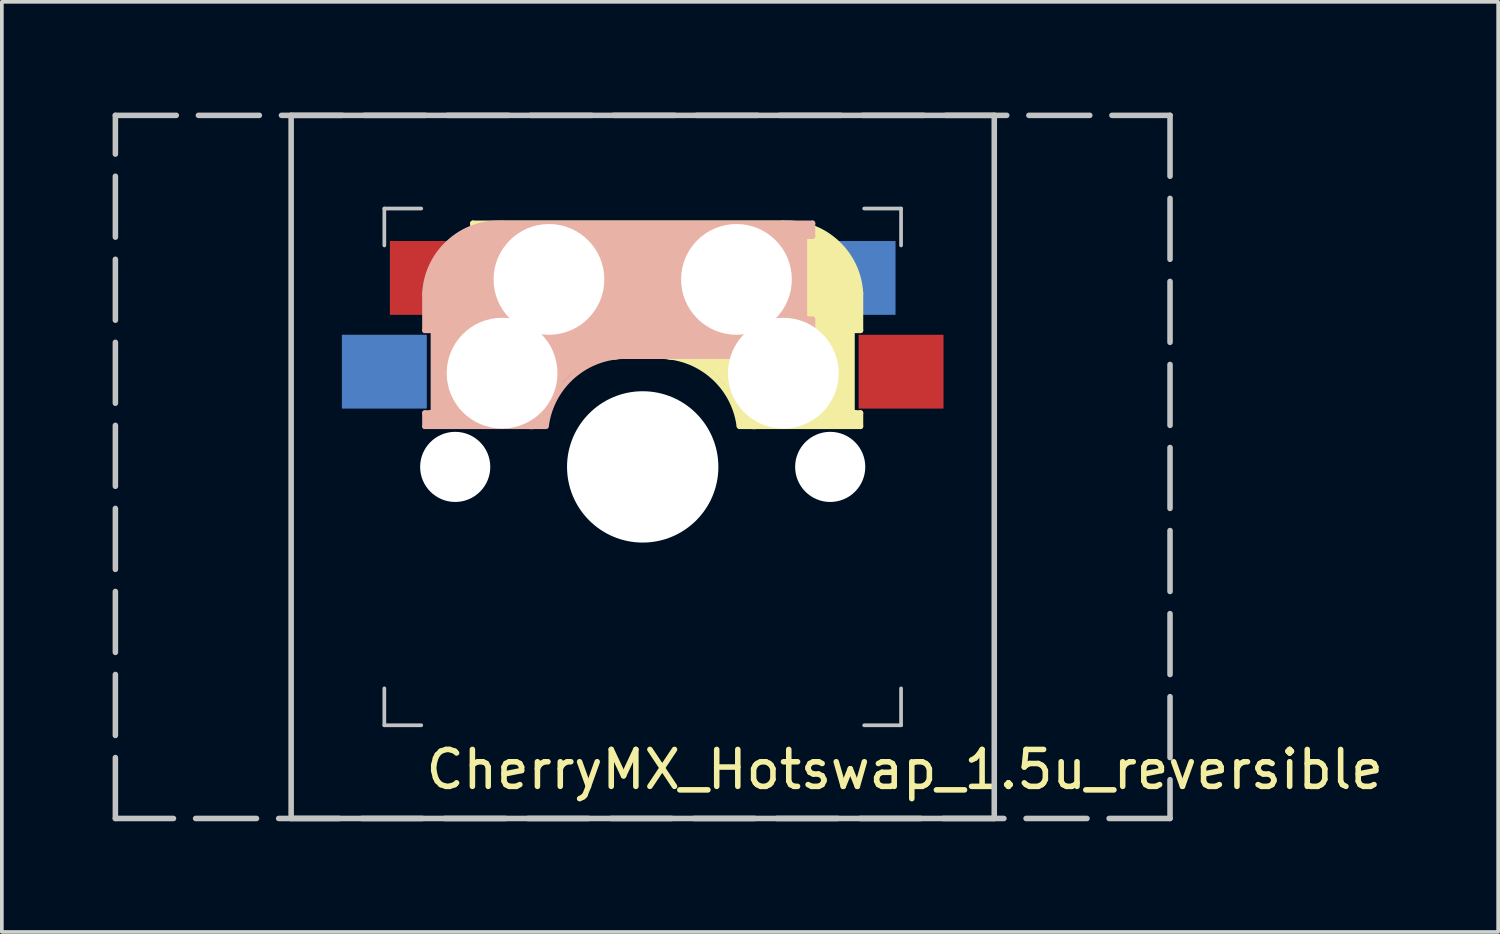
<source format=kicad_pcb>
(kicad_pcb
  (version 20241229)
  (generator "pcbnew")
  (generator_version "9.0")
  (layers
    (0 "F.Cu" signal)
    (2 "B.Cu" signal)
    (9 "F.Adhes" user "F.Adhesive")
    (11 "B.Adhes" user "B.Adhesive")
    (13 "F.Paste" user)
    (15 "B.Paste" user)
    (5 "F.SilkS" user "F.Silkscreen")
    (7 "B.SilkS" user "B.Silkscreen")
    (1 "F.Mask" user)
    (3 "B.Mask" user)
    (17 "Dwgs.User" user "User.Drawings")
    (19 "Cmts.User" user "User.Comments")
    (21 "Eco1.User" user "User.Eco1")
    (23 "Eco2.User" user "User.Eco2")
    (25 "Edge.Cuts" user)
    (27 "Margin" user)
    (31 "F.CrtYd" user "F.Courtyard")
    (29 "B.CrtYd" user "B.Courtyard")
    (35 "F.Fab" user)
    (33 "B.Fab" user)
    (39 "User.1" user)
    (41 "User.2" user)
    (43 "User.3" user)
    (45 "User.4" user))
  (footprint "CherryMX_Hotswap_1.5u_reversible"
    (layer "F.Cu")
    (at 14.363 9.6)
    (property "Reference" "CherryMX_Hotswap_1.5u_reversible" (at 7.1 8.2 0) (layer "F.SilkS") (effects (font (size 1 1) (thickness 0.15))))
    (attr through_hole)
    (fp_line (start -4.6 -6.6) (end 3.8 -6.6) (stroke (width 0.15) (type solid)) (layer "F.SilkS"))
    (fp_line (start -4.6 -6.25) (end -4.6 -6.6) (stroke (width 0.15) (type solid)) (layer "F.SilkS"))
    (fp_line (start -4.6 -4) (end -4.4 -4) (stroke (width 0.15) (type solid)) (layer "F.SilkS"))
    (fp_line (start -4.6 -3) (end -4.6 -4) (stroke (width 0.15) (type solid)) (layer "F.SilkS"))
    (fp_line (start -4.4 -6.4) (end -3 -6.4) (stroke (width 0.4) (type solid)) (layer "F.SilkS"))
    (fp_line (start -4.4 -6.25) (end -4.6 -6.25) (stroke (width 0.15) (type solid)) (layer "F.SilkS"))
    (fp_line (start -4.4 -3.9) (end -4.4 -3.2) (stroke (width 0.4) (type solid)) (layer "F.SilkS"))
    (fp_line (start -4.38 -4) (end -4.38 -6.25) (stroke (width 0.15) (type solid)) (layer "F.SilkS"))
    (fp_line (start -4.3 -3.3) (end -2.9 -3.3) (stroke (width 0.5) (type solid)) (layer "F.SilkS"))
    (fp_line (start -3.9 -6) (end -3.9 -3.5) (stroke (width 1) (type solid)) (layer "F.SilkS"))
    (fp_line (start -2.6 -4.8) (end 4.1 -4.8) (stroke (width 3.5) (type solid)) (layer "F.SilkS"))
    (fp_line (start 0.4 -3) (end -4.6 -3) (stroke (width 0.15) (type solid)) (layer "F.SilkS"))
    (fp_line (start 4.17 -5.1) (end 4.17 -2.86) (stroke (width 3) (type solid)) (layer "F.SilkS"))
    (fp_line (start 5.3 -1.6) (end 5.3 -3.4) (stroke (width 0.8) (type solid)) (layer "F.SilkS"))
    (fp_line (start 5.67 -3.7) (end 5.67 -1.46) (stroke (width 0.15) (type solid)) (layer "F.SilkS"))
    (fp_line (start 5.7 -1.46) (end 5.9 -1.46) (stroke (width 0.15) (type solid)) (layer "F.SilkS"))
    (fp_line (start 5.7 -1.3) (end 3 -1.3) (stroke (width 0.5) (type solid)) (layer "F.SilkS"))
    (fp_line (start 5.8 -3.8) (end 5.8 -4.7) (stroke (width 0.3) (type solid)) (layer "F.SilkS"))
    (fp_line (start 5.9 -4.7) (end 5.9 -3.7) (stroke (width 0.15) (type solid)) (layer "F.SilkS"))
    (fp_line (start 5.9 -3.7) (end 5.7 -3.7) (stroke (width 0.15) (type solid)) (layer "F.SilkS"))
    (fp_line (start 5.9 -1.1) (end 2.62 -1.1) (stroke (width 0.15) (type solid)) (layer "F.SilkS"))
    (fp_line (start 5.9 -1.1) (end 5.9 -1.46) (stroke (width 0.15) (type solid)) (layer "F.SilkS"))
    (fp_arc (start 0.4 -3) (mid 1.868709 -2.486118) (end 2.616318 -1.121471) (stroke (width 0.15) (type solid)) (layer "F.SilkS"))
    (fp_arc (start 0.8 -3.4) (mid 2.268709 -2.886118) (end 3.016318 -1.521471) (stroke (width 1) (type solid)) (layer "F.SilkS"))
    (fp_arc (start 3.8 -6.600001) (mid 5.243504 -6.084925) (end 5.900001 -4.7) (stroke (width 0.15) (type solid)) (layer "F.SilkS"))
    (fp_line (start -5.9 -4.7) (end -5.9 -3.7) (stroke (width 0.15) (type solid)) (layer "B.SilkS"))
    (fp_line (start -5.9 -3.7) (end -5.7 -3.7) (stroke (width 0.15) (type solid)) (layer "B.SilkS"))
    (fp_line (start -5.9 -1.1) (end -5.9 -1.46) (stroke (width 0.15) (type solid)) (layer "B.SilkS"))
    (fp_line (start -5.9 -1.1) (end -2.62 -1.1) (stroke (width 0.15) (type solid)) (layer "B.SilkS"))
    (fp_line (start -5.8 -3.8) (end -5.8 -4.7) (stroke (width 0.3) (type solid)) (layer "B.SilkS"))
    (fp_line (start -5.7 -1.46) (end -5.9 -1.46) (stroke (width 0.15) (type solid)) (layer "B.SilkS"))
    (fp_line (start -5.7 -1.3) (end -3 -1.3) (stroke (width 0.5) (type solid)) (layer "B.SilkS"))
    (fp_line (start -5.67 -3.7) (end -5.67 -1.46) (stroke (width 0.15) (type solid)) (layer "B.SilkS"))
    (fp_line (start -5.3 -1.6) (end -5.3 -3.4) (stroke (width 0.8) (type solid)) (layer "B.SilkS"))
    (fp_line (start -4.17 -5.1) (end -4.17 -2.86) (stroke (width 3) (type solid)) (layer "B.SilkS"))
    (fp_line (start -0.4 -3) (end 4.6 -3) (stroke (width 0.15) (type solid)) (layer "B.SilkS"))
    (fp_line (start 2.6 -4.8) (end -4.1 -4.8) (stroke (width 3.5) (type solid)) (layer "B.SilkS"))
    (fp_line (start 3.9 -6) (end 3.9 -3.5) (stroke (width 1) (type solid)) (layer "B.SilkS"))
    (fp_line (start 4.3 -3.3) (end 2.9 -3.3) (stroke (width 0.5) (type solid)) (layer "B.SilkS"))
    (fp_line (start 4.38 -4) (end 4.38 -6.25) (stroke (width 0.15) (type solid)) (layer "B.SilkS"))
    (fp_line (start 4.4 -6.4) (end 3 -6.4) (stroke (width 0.4) (type solid)) (layer "B.SilkS"))
    (fp_line (start 4.4 -6.25) (end 4.6 -6.25) (stroke (width 0.15) (type solid)) (layer "B.SilkS"))
    (fp_line (start 4.4 -3.9) (end 4.4 -3.2) (stroke (width 0.4) (type solid)) (layer "B.SilkS"))
    (fp_line (start 4.6 -6.6) (end -3.8 -6.6) (stroke (width 0.15) (type solid)) (layer "B.SilkS"))
    (fp_line (start 4.6 -6.25) (end 4.6 -6.6) (stroke (width 0.15) (type solid)) (layer "B.SilkS"))
    (fp_line (start 4.6 -4) (end 4.4 -4) (stroke (width 0.15) (type solid)) (layer "B.SilkS"))
    (fp_line (start 4.6 -3) (end 4.6 -4) (stroke (width 0.15) (type solid)) (layer "B.SilkS"))
    (fp_arc (start -5.9 -4.699999) (mid -5.243504 -6.084924) (end -3.800001 -6.6) (stroke (width 0.15) (type solid)) (layer "B.SilkS"))
    (fp_arc (start -3.016318 -1.521471) (mid -2.268709 -2.886118) (end -0.8 -3.4) (stroke (width 1) (type solid)) (layer "B.SilkS"))
    (fp_arc (start -2.616318 -1.121471) (mid -1.868709 -2.486118) (end -0.4 -3) (stroke (width 0.15) (type solid)) (layer "B.SilkS"))
    (fp_line (start -9.525 -9.525) (end 9.525 -9.525) (stroke (width 0.15) (type solid)) (layer "Dwgs.User"))
    (fp_line (start -9.525 9.525) (end -9.525 -9.525) (stroke (width 0.15) (type solid)) (layer "Dwgs.User"))
    (fp_line (start -7 -7) (end -7 -6) (stroke (width 0.1) (type default)) (layer "Dwgs.User"))
    (fp_line (start -7 6) (end -7 7) (stroke (width 0.1) (type default)) (layer "Dwgs.User"))
    (fp_line (start -7 7) (end -6 7) (stroke (width 0.1) (type default)) (layer "Dwgs.User"))
    (fp_line (start -6 -7) (end -7 -7) (stroke (width 0.1) (type default)) (layer "Dwgs.User"))
    (fp_line (start 6 7) (end 7 7) (stroke (width 0.1) (type default)) (layer "Dwgs.User"))
    (fp_line (start 7 -7) (end 6 -7) (stroke (width 0.1) (type default)) (layer "Dwgs.User"))
    (fp_line (start 7 -6) (end 7 -7) (stroke (width 0.1) (type default)) (layer "Dwgs.User"))
    (fp_line (start 7 7) (end 7 6) (stroke (width 0.1) (type default)) (layer "Dwgs.User"))
    (fp_line (start 9.525 -9.525) (end 9.525 9.525) (stroke (width 0.15) (type solid)) (layer "Dwgs.User"))
    (fp_line (start 9.525 9.525) (end -9.525 9.525) (stroke (width 0.15) (type solid)) (layer "Dwgs.User"))
    (fp_rect (start -14.287 -9.525) (end 14.287 9.525) (stroke (width 0.15) (type dash)) (fill no) (layer "Dwgs.User"))
    (pad "" np_thru_hole circle (at -5.08 0) (size 1.9 1.9) (drill 1.9) (layers "*.Cu" "*.Mask"))
    (pad "" np_thru_hole circle (at -3.81 -2.54 180) (size 3 3) (drill 3) (layers "*.Cu" "*.Mask"))
    (pad "" np_thru_hole circle (at -2.54 -5.08 180) (size 3 3) (drill 3) (layers "*.Cu" "*.Mask"))
    (pad "" np_thru_hole circle (at 0 0 90) (size 4.1 4.1) (drill 4.1) (layers "*.Cu" "*.Mask"))
    (pad "" np_thru_hole circle (at 2.54 -5.08 180) (size 3 3) (drill 3) (layers "*.Cu" "*.Mask"))
    (pad "" np_thru_hole circle (at 3.81 -2.54 180) (size 3 3) (drill 3) (layers "*.Cu" "*.Mask"))
    (pad "" np_thru_hole circle (at 5.08 0) (size 1.9 1.9) (drill 1.9) (layers "*.Cu" "*.Mask"))
    (pad "1" smd rect (at -7 -2.58 180) (size 2.3 2) (layers "B.Cu" "B.Mask" "B.Paste"))
    (pad "1" smd rect (at 7 -2.58 180) (size 2.3 2) (layers "F.Cu" "F.Mask" "F.Paste"))
    (pad "2" smd rect (at -5.7 -5.12 180) (size 2.3 2) (layers "F.Cu" "F.Mask" "F.Paste"))
    (pad "2" smd rect (at 5.7 -5.12 180) (size 2.3 2) (layers "B.Cu" "B.Mask" "B.Paste")))
  (gr_rect
    (start -3 -3)
    (end 37.54 22.2)
    (stroke (width 0.1) (type default))
    (fill no)
    (layer "Edge.Cuts")))
</source>
